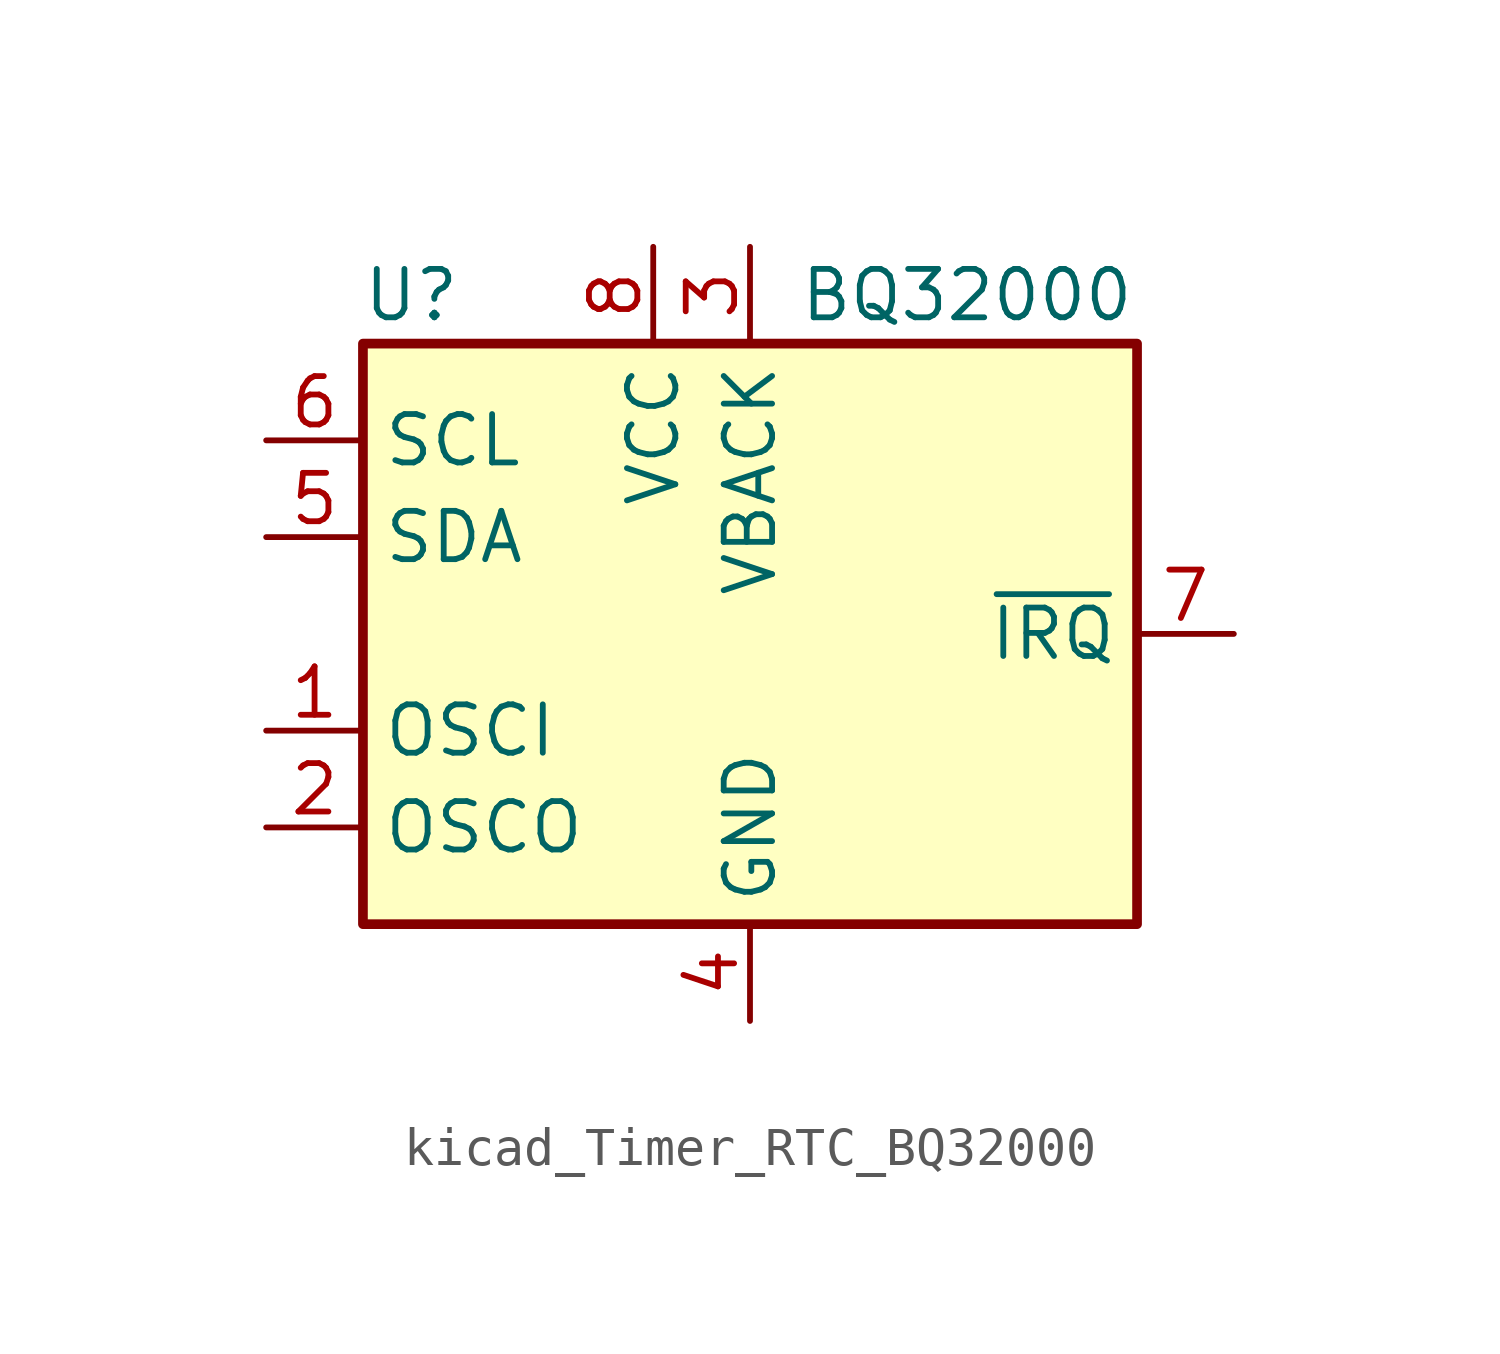
<source format=kicad_sym>
(kicad_symbol_lib
  (version 20220914)
  (generator kicad_symbol_editor)
  (symbol "kicad_Timer_RTC_BQ32000"
    (property "Reference" "U"
      (at -8.89 8.89 0)
      (effects (font (size 1.27 1.27))))
    (property "Value" "BQ32000"
      (at 1.27 8.89 0)
      (effects (font (size 1.27 1.27)) (justify left)))
    (symbol "kicad_Timer_RTC_BQ32000_0_1"
      (rectangle (start -10.16 7.62) (end 10.16 -7.62) (stroke (width 0.254) (type default)) (fill (type background))))
    (symbol "kicad_Timer_RTC_BQ32000_1_1"
      (pin input line (at -12.7 -2.54 0) (length 2.54) (name "OSCI" (effects (font (size 1.27 1.27)))) (number "1" (effects (font (size 1.27 1.27)))))
      (pin input line (at -12.7 -5.08 0) (length 2.54) (name "OSCO" (effects (font (size 1.27 1.27)))) (number "2" (effects (font (size 1.27 1.27)))))
      (pin power_in line (at 0 10.16 270) (length 2.54) (name "VBACK" (effects (font (size 1.27 1.27)))) (number "3" (effects (font (size 1.27 1.27)))))
      (pin power_in line (at 0 -10.16 90) (length 2.54) (name "GND" (effects (font (size 1.27 1.27)))) (number "4" (effects (font (size 1.27 1.27)))))
      (pin bidirectional line (at -12.7 2.54 0) (length 2.54) (name "SDA" (effects (font (size 1.27 1.27)))) (number "5" (effects (font (size 1.27 1.27)))))
      (pin input line (at -12.7 5.08 0) (length 2.54) (name "SCL" (effects (font (size 1.27 1.27)))) (number "6" (effects (font (size 1.27 1.27)))))
      (pin open_collector line (at 12.7 0 180) (length 2.54) (name "~{IRQ}" (effects (font (size 1.27 1.27)))) (number "7" (effects (font (size 1.27 1.27)))))
      (pin power_in line (at -2.54 10.16 270) (length 2.54) (name "VCC" (effects (font (size 1.27 1.27)))) (number "8" (effects (font (size 1.27 1.27))))))))
</source>
